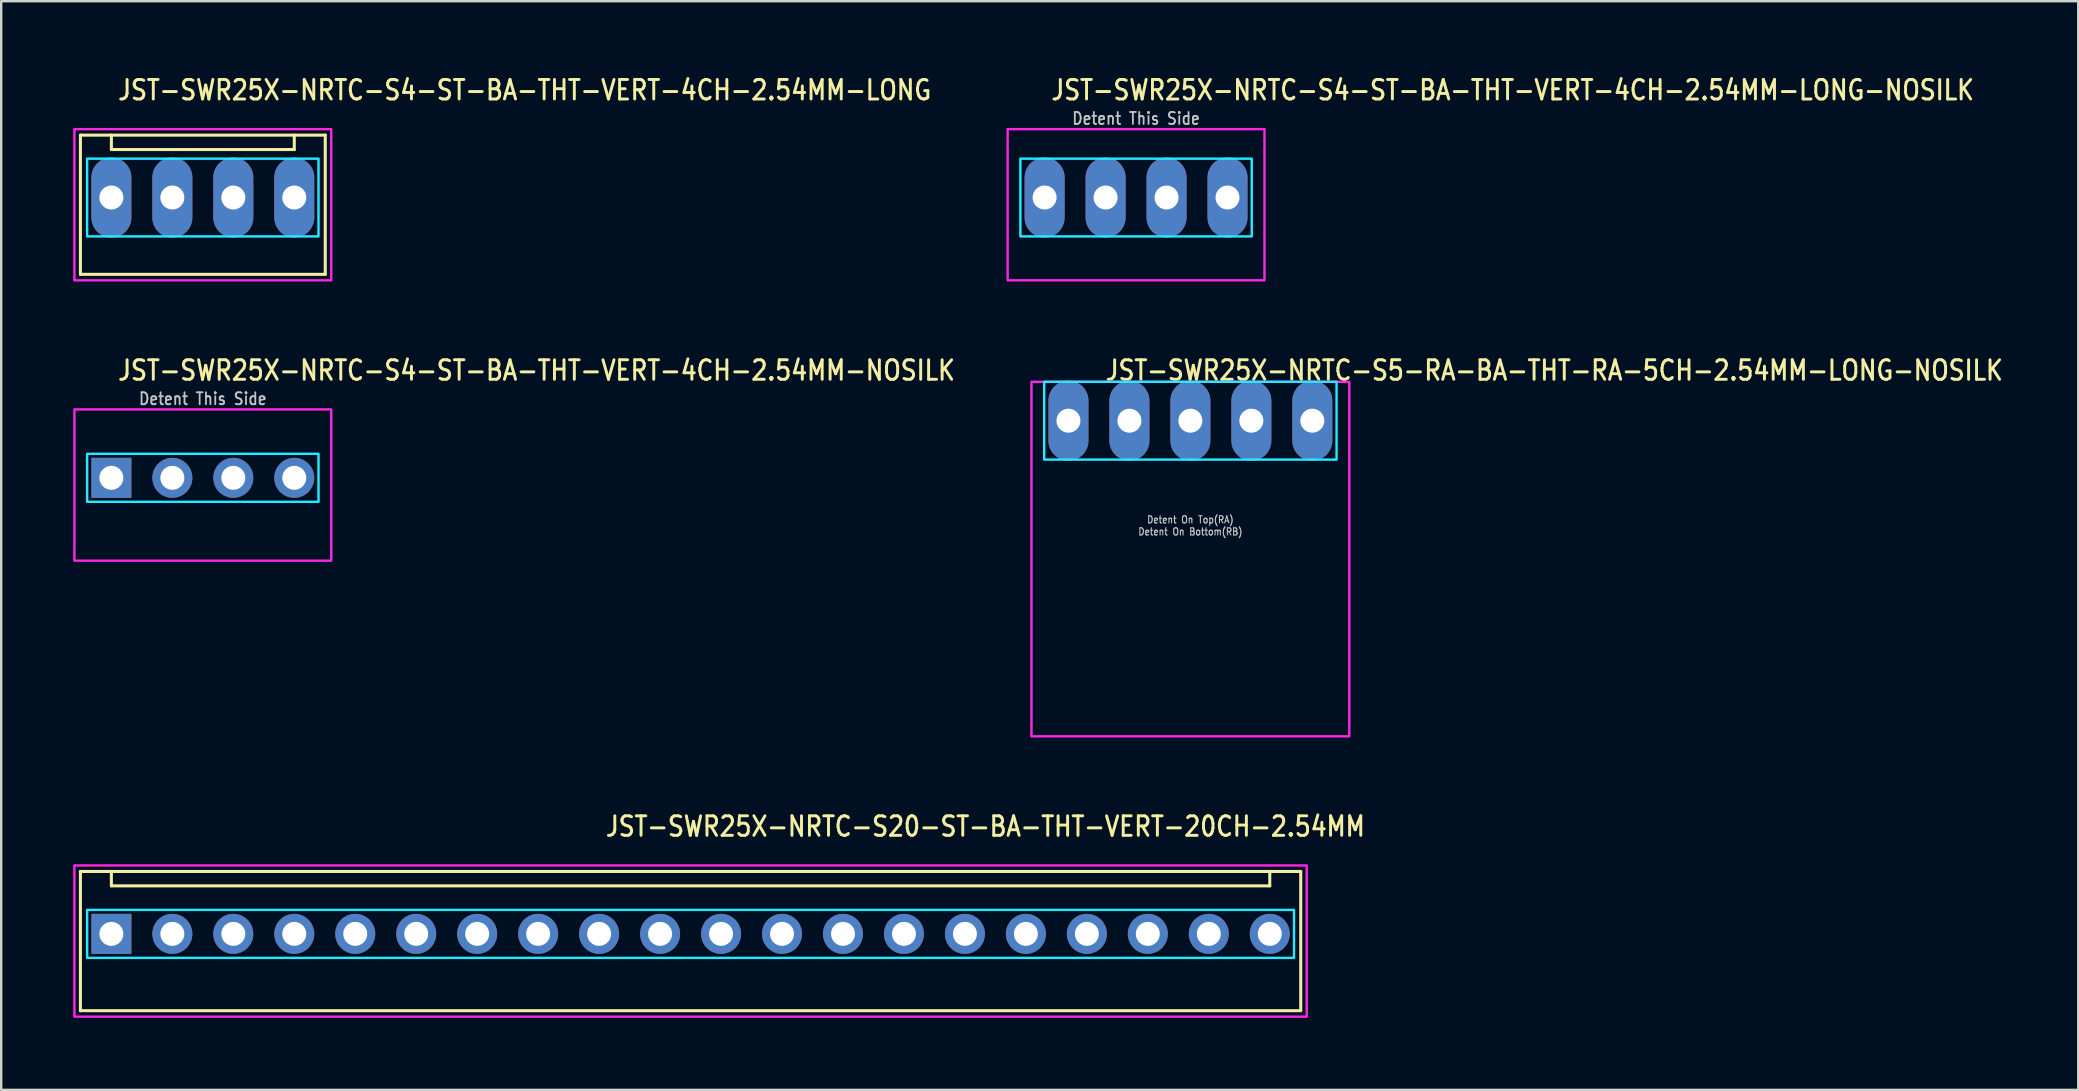
<source format=kicad_pcb>
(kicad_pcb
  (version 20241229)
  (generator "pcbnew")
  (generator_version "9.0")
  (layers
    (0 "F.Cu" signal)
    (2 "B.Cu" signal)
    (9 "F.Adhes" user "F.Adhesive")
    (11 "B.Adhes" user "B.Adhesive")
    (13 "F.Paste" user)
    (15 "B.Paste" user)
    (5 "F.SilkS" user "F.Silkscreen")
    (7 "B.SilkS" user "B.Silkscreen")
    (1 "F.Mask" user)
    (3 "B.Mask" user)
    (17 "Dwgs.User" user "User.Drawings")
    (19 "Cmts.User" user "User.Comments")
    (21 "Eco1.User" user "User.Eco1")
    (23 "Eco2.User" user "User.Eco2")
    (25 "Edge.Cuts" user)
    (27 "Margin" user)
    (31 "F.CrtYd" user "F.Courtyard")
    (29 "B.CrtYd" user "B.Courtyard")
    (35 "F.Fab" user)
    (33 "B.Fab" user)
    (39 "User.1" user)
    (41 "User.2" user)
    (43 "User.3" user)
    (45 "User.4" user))
  (footprint "JST-SWR25X-NRTC-S20-ST-BA-THT-VERT-20CH-2.54MM"
    (layer "F.Cu")
    (at 25.72 35.856)
    (property "Reference" "JST-SWR25X-NRTC-S20-ST-BA-THT-VERT-20CH-2.54MM" (at -3.6 -4 0) (unlocked yes) (layer "F.SilkS") (effects (font (size 0.813 0.695) (thickness 0.122)) (justify left bottom)))
    (fp_line (start -25.42 -2.6) (end 25.42 -2.6) (stroke (width 0.127) (type solid)) (layer "F.SilkS"))
    (fp_line (start -25.42 3.2) (end -25.42 -2.6) (stroke (width 0.127) (type solid)) (layer "F.SilkS"))
    (fp_line (start -25.42 3.2) (end 25.42 3.2) (stroke (width 0.127) (type solid)) (layer "F.SilkS"))
    (fp_line (start -24.13 -2.6) (end -24.13 -2) (stroke (width 0.127) (type solid)) (layer "F.SilkS"))
    (fp_line (start -24.13 -2) (end 24.13 -2) (stroke (width 0.127) (type solid)) (layer "F.SilkS"))
    (fp_line (start 24.13 -2.6) (end 24.13 -2) (stroke (width 0.127) (type solid)) (layer "F.SilkS"))
    (fp_line (start 25.42 -2.6) (end 25.42 3.2) (stroke (width 0.127) (type solid)) (layer "F.SilkS"))
    (fp_poly (pts (xy -25.14 -1) (xy -25.14 1) (xy 25.14 1) (xy 25.14 -1)) (stroke (width 0.1) (type solid)) (fill no) (layer "B.CrtYd"))
    (fp_poly (pts (xy -25.67 -2.85) (xy -25.67 3.45) (xy 25.67 3.45) (xy 25.67 -2.85)) (stroke (width 0.1) (type solid)) (fill no) (layer "F.CrtYd"))
    (pad "1" thru_hole rect (at -24.13 0) (size 1.667 1.667) (drill 1) (layers "*.Cu" "*.Mask"))
    (pad "2" thru_hole oval (at -21.59 0) (size 1.667 1.667) (drill 1) (layers "*.Cu" "*.Mask"))
    (pad "3" thru_hole oval (at -19.05 0) (size 1.667 1.667) (drill 1) (layers "*.Cu" "*.Mask"))
    (pad "4" thru_hole oval (at -16.51 0) (size 1.667 1.667) (drill 1) (layers "*.Cu" "*.Mask"))
    (pad "5" thru_hole oval (at -13.97 0) (size 1.667 1.667) (drill 1) (layers "*.Cu" "*.Mask"))
    (pad "6" thru_hole oval (at -11.43 0) (size 1.667 1.667) (drill 1) (layers "*.Cu" "*.Mask"))
    (pad "7" thru_hole oval (at -8.89 0) (size 1.667 1.667) (drill 1) (layers "*.Cu" "*.Mask"))
    (pad "8" thru_hole oval (at -6.35 0) (size 1.667 1.667) (drill 1) (layers "*.Cu" "*.Mask"))
    (pad "9" thru_hole oval (at -3.81 0) (size 1.667 1.667) (drill 1) (layers "*.Cu" "*.Mask"))
    (pad "10" thru_hole oval (at -1.27 0) (size 1.667 1.667) (drill 1) (layers "*.Cu" "*.Mask"))
    (pad "11" thru_hole oval (at 1.27 0) (size 1.667 1.667) (drill 1) (layers "*.Cu" "*.Mask"))
    (pad "12" thru_hole oval (at 3.81 0) (size 1.667 1.667) (drill 1) (layers "*.Cu" "*.Mask"))
    (pad "13" thru_hole oval (at 6.35 0) (size 1.667 1.667) (drill 1) (layers "*.Cu" "*.Mask"))
    (pad "14" thru_hole oval (at 8.89 0) (size 1.667 1.667) (drill 1) (layers "*.Cu" "*.Mask"))
    (pad "15" thru_hole oval (at 11.43 0) (size 1.667 1.667) (drill 1) (layers "*.Cu" "*.Mask"))
    (pad "16" thru_hole oval (at 13.97 0) (size 1.667 1.667) (drill 1) (layers "*.Cu" "*.Mask"))
    (pad "17" thru_hole oval (at 16.51 0) (size 1.667 1.667) (drill 1) (layers "*.Cu" "*.Mask"))
    (pad "18" thru_hole oval (at 19.05 0) (size 1.667 1.667) (drill 1) (layers "*.Cu" "*.Mask"))
    (pad "19" thru_hole oval (at 21.59 0) (size 1.667 1.667) (drill 1) (layers "*.Cu" "*.Mask"))
    (pad "20" thru_hole oval (at 24.13 0) (size 1.667 1.667) (drill 1) (layers "*.Cu" "*.Mask")))
  (footprint "JST-SWR25X-NRTC-S4-ST-BA-THT-VERT-4CH-2.54MM-LONG-NOSILK"
    (layer "F.Cu")
    (at 44.28 5.179)
    (property "Reference" "JST-SWR25X-NRTC-S4-ST-BA-THT-VERT-4CH-2.54MM-LONG-NOSILK" (at -3.6 -4 0) (unlocked yes) (layer "F.SilkS") (effects (font (size 0.813 0.695) (thickness 0.122)) (justify left bottom)))
    (fp_poly (pts (xy -4.82 -1.62) (xy -4.82 1.62) (xy 4.82 1.62) (xy 4.82 -1.62)) (stroke (width 0.1) (type solid)) (fill no) (layer "B.CrtYd"))
    (fp_poly (pts (xy -5.35 -2.85) (xy -5.35 3.45) (xy 5.35 3.45) (xy 5.35 -2.85)) (stroke (width 0.1) (type solid)) (fill no) (layer "F.CrtYd"))
    (fp_text user "Detent This Side" (at 0 -3 0) (unlocked yes) (layer "Dwgs.User") (effects (font (size 0.5 0.427) (thickness 0.075)) (justify bottom)))
    (pad "1" thru_hole oval (at -3.81 0 90) (size 3.333 1.667) (drill 1) (layers "*.Cu" "*.Mask"))
    (pad "2" thru_hole oval (at -1.27 0 90) (size 3.333 1.667) (drill 1) (layers "*.Cu" "*.Mask"))
    (pad "3" thru_hole oval (at 1.27 0 90) (size 3.333 1.667) (drill 1) (layers "*.Cu" "*.Mask"))
    (pad "4" thru_hole oval (at 3.81 0 90) (size 3.333 1.667) (drill 1) (layers "*.Cu" "*.Mask")))
  (footprint "JST-SWR25X-NRTC-S4-ST-BA-THT-VERT-4CH-2.54MM-LONG"
    (layer "F.Cu")
    (at 5.4 5.179)
    (property "Reference" "JST-SWR25X-NRTC-S4-ST-BA-THT-VERT-4CH-2.54MM-LONG" (at -3.6 -4 0) (unlocked yes) (layer "F.SilkS") (effects (font (size 0.813 0.695) (thickness 0.122)) (justify left bottom)))
    (fp_line (start -5.1 -2.6) (end 5.1 -2.6) (stroke (width 0.127) (type solid)) (layer "F.SilkS"))
    (fp_line (start -5.1 3.2) (end -5.1 -2.6) (stroke (width 0.127) (type solid)) (layer "F.SilkS"))
    (fp_line (start -5.1 3.2) (end 5.1 3.2) (stroke (width 0.127) (type solid)) (layer "F.SilkS"))
    (fp_line (start -3.81 -2.6) (end -3.81 -2) (stroke (width 0.127) (type solid)) (layer "F.SilkS"))
    (fp_line (start -3.81 -2) (end 3.81 -2) (stroke (width 0.127) (type solid)) (layer "F.SilkS"))
    (fp_line (start 3.81 -2.6) (end 3.81 -2) (stroke (width 0.127) (type solid)) (layer "F.SilkS"))
    (fp_line (start 5.1 -2.6) (end 5.1 3.2) (stroke (width 0.127) (type solid)) (layer "F.SilkS"))
    (fp_poly (pts (xy -4.82 -1.62) (xy -4.82 1.62) (xy 4.82 1.62) (xy 4.82 -1.62)) (stroke (width 0.1) (type solid)) (fill no) (layer "B.CrtYd"))
    (fp_poly (pts (xy -5.35 -2.85) (xy -5.35 3.45) (xy 5.35 3.45) (xy 5.35 -2.85)) (stroke (width 0.1) (type solid)) (fill no) (layer "F.CrtYd"))
    (pad "1" thru_hole oval (at -3.81 0 90) (size 3.333 1.667) (drill 1) (layers "*.Cu" "*.Mask"))
    (pad "2" thru_hole oval (at -1.27 0 90) (size 3.333 1.667) (drill 1) (layers "*.Cu" "*.Mask"))
    (pad "3" thru_hole oval (at 1.27 0 90) (size 3.333 1.667) (drill 1) (layers "*.Cu" "*.Mask"))
    (pad "4" thru_hole oval (at 3.81 0 90) (size 3.333 1.667) (drill 1) (layers "*.Cu" "*.Mask")))
  (footprint "JST-SWR25X-NRTC-S4-ST-BA-THT-VERT-4CH-2.54MM-NOSILK"
    (layer "F.Cu")
    (at 5.4 16.857)
    (property "Reference" "JST-SWR25X-NRTC-S4-ST-BA-THT-VERT-4CH-2.54MM-NOSILK" (at -3.6 -4 0) (unlocked yes) (layer "F.SilkS") (effects (font (size 0.813 0.695) (thickness 0.122)) (justify left bottom)))
    (fp_poly (pts (xy -4.82 -1) (xy -4.82 1) (xy 4.82 1) (xy 4.82 -1)) (stroke (width 0.1) (type solid)) (fill no) (layer "B.CrtYd"))
    (fp_poly (pts (xy -5.35 -2.85) (xy -5.35 3.45) (xy 5.35 3.45) (xy 5.35 -2.85)) (stroke (width 0.1) (type solid)) (fill no) (layer "F.CrtYd"))
    (fp_text user "Detent This Side" (at 0 -3 0) (unlocked yes) (layer "Dwgs.User") (effects (font (size 0.5 0.427) (thickness 0.075)) (justify bottom)))
    (pad "1" thru_hole rect (at -3.81 0) (size 1.667 1.667) (drill 1) (layers "*.Cu" "*.Mask"))
    (pad "2" thru_hole oval (at -1.27 0) (size 1.667 1.667) (drill 1) (layers "*.Cu" "*.Mask"))
    (pad "3" thru_hole oval (at 1.27 0) (size 1.667 1.667) (drill 1) (layers "*.Cu" "*.Mask"))
    (pad "4" thru_hole oval (at 3.81 0) (size 1.667 1.667) (drill 1) (layers "*.Cu" "*.Mask")))
  (footprint "JST-SWR25X-NRTC-S5-RA-BA-THT-RA-5CH-2.54MM-LONG-NOSILK"
    (layer "F.Cu")
    (at 46.543 14.477)
    (property "Reference" "JST-SWR25X-NRTC-S5-RA-BA-THT-RA-5CH-2.54MM-LONG-NOSILK" (at -3.6 -1.62 0) (unlocked yes) (layer "F.SilkS") (effects (font (size 0.813 0.695) (thickness 0.122)) (justify left bottom)))
    (fp_poly (pts (xy -6.09 -1.62) (xy -6.09 1.62) (xy 6.09 1.62) (xy 6.09 -1.62)) (stroke (width 0.1) (type solid)) (fill no) (layer "B.CrtYd"))
    (fp_poly (pts (xy -6.62 -1.62) (xy -6.62 13.15) (xy 6.62 13.15) (xy 6.62 -1.62)) (stroke (width 0.1) (type solid)) (fill no) (layer "F.CrtYd"))
    (fp_text user "Detent On Top(RA)" (at 0 4.3 0) (unlocked yes) (layer "Dwgs.User") (effects (font (size 0.3 0.257) (thickness 0.045)) (justify bottom)))
    (fp_text user "Detent On Bottom(RB)" (at 0 4.8 0) (unlocked yes) (layer "Dwgs.User") (effects (font (size 0.3 0.257) (thickness 0.045)) (justify bottom)))
    (pad "1" thru_hole oval (at -5.08 0 90) (size 3.333 1.667) (drill 1) (layers "*.Cu" "*.Mask"))
    (pad "2" thru_hole oval (at -2.54 0 90) (size 3.333 1.667) (drill 1) (layers "*.Cu" "*.Mask"))
    (pad "3" thru_hole oval (at 0 0 90) (size 3.333 1.667) (drill 1) (layers "*.Cu" "*.Mask"))
    (pad "4" thru_hole oval (at 2.54 0 90) (size 3.333 1.667) (drill 1) (layers "*.Cu" "*.Mask"))
    (pad "5" thru_hole oval (at 5.08 0 90) (size 3.333 1.667) (drill 1) (layers "*.Cu" "*.Mask")))
  (gr_rect
    (start -3 -3)
    (end 83.532 42.356)
    (stroke (width 0.1) (type default))
    (fill no)
    (layer "Edge.Cuts")))
</source>
